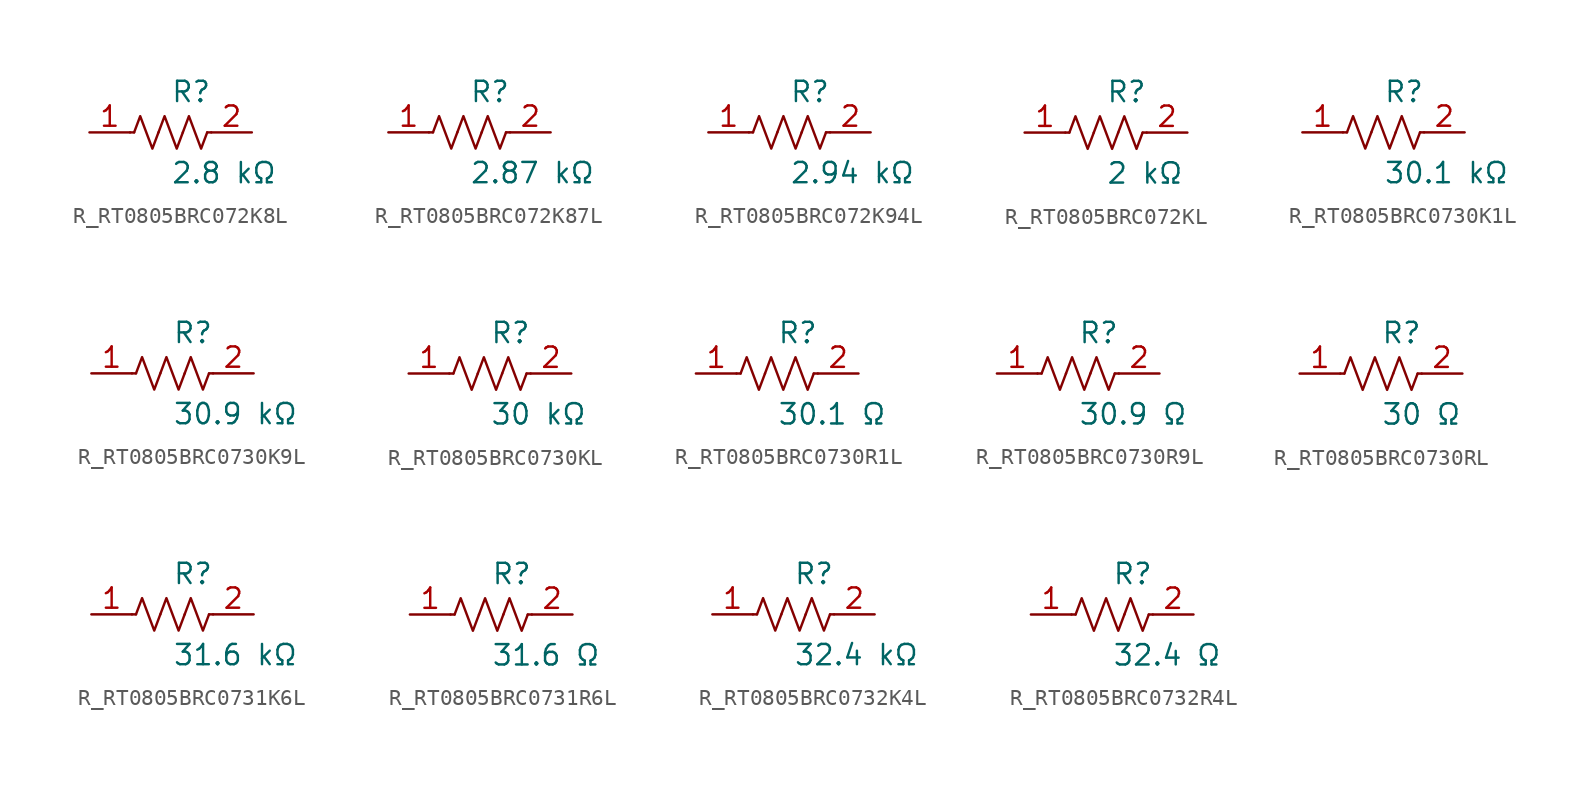
<source format=kicad_sym>
(kicad_symbol_lib
  (version 20231120)
  (generator kicad_symbol_editor)
  (generator_version 8.0)
  (symbol "R_RT0805BRC072K8L"
    (pin_names
      (offset 0.254))
    (property "Reference" "R"
      (at 0 2.54 0)
      (effects (font (size 1.27 1.27)) (justify left)))
    (property "Value" "2.8 kΩ"
      (at 0 -2.54 0)
      (effects (font (size 1.27 1.27)) (justify left)))
    (symbol "R_RT0805BRC072K8L_0_1"
      (polyline (pts (xy 2.286 0) (xy 2.54 0)) (stroke (width 0) (type default)) (fill (type none)))
      (polyline (pts (xy -2.286 0) (xy -2.54 0)) (stroke (width 0) (type default)) (fill (type none)))
      (polyline (pts (xy 0.762 0) (xy 1.143 1.016) (xy 1.524 0) (xy 1.905 -1.016) (xy 2.286 0)) (stroke (width 0) (type default)) (fill (type none)))
      (polyline (pts (xy -0.762 0) (xy -0.381 1.016) (xy 0 0) (xy 0.381 -1.016) (xy 0.762 0)) (stroke (width 0) (type default)) (fill (type none)))
      (polyline (pts (xy -2.286 0) (xy -1.905 1.016) (xy -1.524 0) (xy -1.143 -1.016) (xy -0.762 0)) (stroke (width 0) (type default)) (fill (type none))))
    (pin unspecified line
      (at -5.08 0 0)
      (length 2.54)
      (name "" (effects (font (size 1.27 1.27))))
      (number "1" (effects (font (size 1.27 1.27)))))
    (pin unspecified line
      (at 5.08 0 180)
      (length 2.54)
      (name "" (effects (font (size 1.27 1.27))))
      (number "2" (effects (font (size 1.27 1.27))))))
  (symbol "R_RT0805BRC072K87L"
    (pin_names
      (offset 0.254))
    (property "Reference" "R"
      (at 0 2.54 0)
      (effects (font (size 1.27 1.27)) (justify left)))
    (property "Value" "2.87 kΩ"
      (at 0 -2.54 0)
      (effects (font (size 1.27 1.27)) (justify left)))
    (symbol "R_RT0805BRC072K87L_0_1"
      (polyline (pts (xy 2.286 0) (xy 2.54 0)) (stroke (width 0) (type default)) (fill (type none)))
      (polyline (pts (xy -2.286 0) (xy -2.54 0)) (stroke (width 0) (type default)) (fill (type none)))
      (polyline (pts (xy 0.762 0) (xy 1.143 1.016) (xy 1.524 0) (xy 1.905 -1.016) (xy 2.286 0)) (stroke (width 0) (type default)) (fill (type none)))
      (polyline (pts (xy -0.762 0) (xy -0.381 1.016) (xy 0 0) (xy 0.381 -1.016) (xy 0.762 0)) (stroke (width 0) (type default)) (fill (type none)))
      (polyline (pts (xy -2.286 0) (xy -1.905 1.016) (xy -1.524 0) (xy -1.143 -1.016) (xy -0.762 0)) (stroke (width 0) (type default)) (fill (type none))))
    (pin unspecified line
      (at -5.08 0 0)
      (length 2.54)
      (name "" (effects (font (size 1.27 1.27))))
      (number "1" (effects (font (size 1.27 1.27)))))
    (pin unspecified line
      (at 5.08 0 180)
      (length 2.54)
      (name "" (effects (font (size 1.27 1.27))))
      (number "2" (effects (font (size 1.27 1.27))))))
  (symbol "R_RT0805BRC072K94L"
    (pin_names
      (offset 0.254))
    (property "Reference" "R"
      (at 0 2.54 0)
      (effects (font (size 1.27 1.27)) (justify left)))
    (property "Value" "2.94 kΩ"
      (at 0 -2.54 0)
      (effects (font (size 1.27 1.27)) (justify left)))
    (symbol "R_RT0805BRC072K94L_0_1"
      (polyline (pts (xy 2.286 0) (xy 2.54 0)) (stroke (width 0) (type default)) (fill (type none)))
      (polyline (pts (xy -2.286 0) (xy -2.54 0)) (stroke (width 0) (type default)) (fill (type none)))
      (polyline (pts (xy 0.762 0) (xy 1.143 1.016) (xy 1.524 0) (xy 1.905 -1.016) (xy 2.286 0)) (stroke (width 0) (type default)) (fill (type none)))
      (polyline (pts (xy -0.762 0) (xy -0.381 1.016) (xy 0 0) (xy 0.381 -1.016) (xy 0.762 0)) (stroke (width 0) (type default)) (fill (type none)))
      (polyline (pts (xy -2.286 0) (xy -1.905 1.016) (xy -1.524 0) (xy -1.143 -1.016) (xy -0.762 0)) (stroke (width 0) (type default)) (fill (type none))))
    (pin unspecified line
      (at -5.08 0 0)
      (length 2.54)
      (name "" (effects (font (size 1.27 1.27))))
      (number "1" (effects (font (size 1.27 1.27)))))
    (pin unspecified line
      (at 5.08 0 180)
      (length 2.54)
      (name "" (effects (font (size 1.27 1.27))))
      (number "2" (effects (font (size 1.27 1.27))))))
  (symbol "R_RT0805BRC072KL"
    (pin_names
      (offset 0.254))
    (property "Reference" "R"
      (at 0 2.54 0)
      (effects (font (size 1.27 1.27)) (justify left)))
    (property "Value" "2 kΩ"
      (at 0 -2.54 0)
      (effects (font (size 1.27 1.27)) (justify left)))
    (symbol "R_RT0805BRC072KL_0_1"
      (polyline (pts (xy 2.286 0) (xy 2.54 0)) (stroke (width 0) (type default)) (fill (type none)))
      (polyline (pts (xy -2.286 0) (xy -2.54 0)) (stroke (width 0) (type default)) (fill (type none)))
      (polyline (pts (xy 0.762 0) (xy 1.143 1.016) (xy 1.524 0) (xy 1.905 -1.016) (xy 2.286 0)) (stroke (width 0) (type default)) (fill (type none)))
      (polyline (pts (xy -0.762 0) (xy -0.381 1.016) (xy 0 0) (xy 0.381 -1.016) (xy 0.762 0)) (stroke (width 0) (type default)) (fill (type none)))
      (polyline (pts (xy -2.286 0) (xy -1.905 1.016) (xy -1.524 0) (xy -1.143 -1.016) (xy -0.762 0)) (stroke (width 0) (type default)) (fill (type none))))
    (pin unspecified line
      (at -5.08 0 0)
      (length 2.54)
      (name "" (effects (font (size 1.27 1.27))))
      (number "1" (effects (font (size 1.27 1.27)))))
    (pin unspecified line
      (at 5.08 0 180)
      (length 2.54)
      (name "" (effects (font (size 1.27 1.27))))
      (number "2" (effects (font (size 1.27 1.27))))))
  (symbol "R_RT0805BRC0730K1L"
    (pin_names
      (offset 0.254))
    (property "Reference" "R"
      (at 0 2.54 0)
      (effects (font (size 1.27 1.27)) (justify left)))
    (property "Value" "30.1 kΩ"
      (at 0 -2.54 0)
      (effects (font (size 1.27 1.27)) (justify left)))
    (symbol "R_RT0805BRC0730K1L_0_1"
      (polyline (pts (xy 2.286 0) (xy 2.54 0)) (stroke (width 0) (type default)) (fill (type none)))
      (polyline (pts (xy -2.286 0) (xy -2.54 0)) (stroke (width 0) (type default)) (fill (type none)))
      (polyline (pts (xy 0.762 0) (xy 1.143 1.016) (xy 1.524 0) (xy 1.905 -1.016) (xy 2.286 0)) (stroke (width 0) (type default)) (fill (type none)))
      (polyline (pts (xy -0.762 0) (xy -0.381 1.016) (xy 0 0) (xy 0.381 -1.016) (xy 0.762 0)) (stroke (width 0) (type default)) (fill (type none)))
      (polyline (pts (xy -2.286 0) (xy -1.905 1.016) (xy -1.524 0) (xy -1.143 -1.016) (xy -0.762 0)) (stroke (width 0) (type default)) (fill (type none))))
    (pin unspecified line
      (at -5.08 0 0)
      (length 2.54)
      (name "" (effects (font (size 1.27 1.27))))
      (number "1" (effects (font (size 1.27 1.27)))))
    (pin unspecified line
      (at 5.08 0 180)
      (length 2.54)
      (name "" (effects (font (size 1.27 1.27))))
      (number "2" (effects (font (size 1.27 1.27))))))
  (symbol "R_RT0805BRC0730K9L"
    (pin_names
      (offset 0.254))
    (property "Reference" "R"
      (at 0 2.54 0)
      (effects (font (size 1.27 1.27)) (justify left)))
    (property "Value" "30.9 kΩ"
      (at 0 -2.54 0)
      (effects (font (size 1.27 1.27)) (justify left)))
    (symbol "R_RT0805BRC0730K9L_0_1"
      (polyline (pts (xy 2.286 0) (xy 2.54 0)) (stroke (width 0) (type default)) (fill (type none)))
      (polyline (pts (xy -2.286 0) (xy -2.54 0)) (stroke (width 0) (type default)) (fill (type none)))
      (polyline (pts (xy 0.762 0) (xy 1.143 1.016) (xy 1.524 0) (xy 1.905 -1.016) (xy 2.286 0)) (stroke (width 0) (type default)) (fill (type none)))
      (polyline (pts (xy -0.762 0) (xy -0.381 1.016) (xy 0 0) (xy 0.381 -1.016) (xy 0.762 0)) (stroke (width 0) (type default)) (fill (type none)))
      (polyline (pts (xy -2.286 0) (xy -1.905 1.016) (xy -1.524 0) (xy -1.143 -1.016) (xy -0.762 0)) (stroke (width 0) (type default)) (fill (type none))))
    (pin unspecified line
      (at -5.08 0 0)
      (length 2.54)
      (name "" (effects (font (size 1.27 1.27))))
      (number "1" (effects (font (size 1.27 1.27)))))
    (pin unspecified line
      (at 5.08 0 180)
      (length 2.54)
      (name "" (effects (font (size 1.27 1.27))))
      (number "2" (effects (font (size 1.27 1.27))))))
  (symbol "R_RT0805BRC0730KL"
    (pin_names
      (offset 0.254))
    (property "Reference" "R"
      (at 0 2.54 0)
      (effects (font (size 1.27 1.27)) (justify left)))
    (property "Value" "30 kΩ"
      (at 0 -2.54 0)
      (effects (font (size 1.27 1.27)) (justify left)))
    (symbol "R_RT0805BRC0730KL_0_1"
      (polyline (pts (xy 2.286 0) (xy 2.54 0)) (stroke (width 0) (type default)) (fill (type none)))
      (polyline (pts (xy -2.286 0) (xy -2.54 0)) (stroke (width 0) (type default)) (fill (type none)))
      (polyline (pts (xy 0.762 0) (xy 1.143 1.016) (xy 1.524 0) (xy 1.905 -1.016) (xy 2.286 0)) (stroke (width 0) (type default)) (fill (type none)))
      (polyline (pts (xy -0.762 0) (xy -0.381 1.016) (xy 0 0) (xy 0.381 -1.016) (xy 0.762 0)) (stroke (width 0) (type default)) (fill (type none)))
      (polyline (pts (xy -2.286 0) (xy -1.905 1.016) (xy -1.524 0) (xy -1.143 -1.016) (xy -0.762 0)) (stroke (width 0) (type default)) (fill (type none))))
    (pin unspecified line
      (at -5.08 0 0)
      (length 2.54)
      (name "" (effects (font (size 1.27 1.27))))
      (number "1" (effects (font (size 1.27 1.27)))))
    (pin unspecified line
      (at 5.08 0 180)
      (length 2.54)
      (name "" (effects (font (size 1.27 1.27))))
      (number "2" (effects (font (size 1.27 1.27))))))
  (symbol "R_RT0805BRC0730R1L"
    (pin_names
      (offset 0.254))
    (property "Reference" "R"
      (at 0 2.54 0)
      (effects (font (size 1.27 1.27)) (justify left)))
    (property "Value" "30.1 Ω"
      (at 0 -2.54 0)
      (effects (font (size 1.27 1.27)) (justify left)))
    (symbol "R_RT0805BRC0730R1L_0_1"
      (polyline (pts (xy 2.286 0) (xy 2.54 0)) (stroke (width 0) (type default)) (fill (type none)))
      (polyline (pts (xy -2.286 0) (xy -2.54 0)) (stroke (width 0) (type default)) (fill (type none)))
      (polyline (pts (xy 0.762 0) (xy 1.143 1.016) (xy 1.524 0) (xy 1.905 -1.016) (xy 2.286 0)) (stroke (width 0) (type default)) (fill (type none)))
      (polyline (pts (xy -0.762 0) (xy -0.381 1.016) (xy 0 0) (xy 0.381 -1.016) (xy 0.762 0)) (stroke (width 0) (type default)) (fill (type none)))
      (polyline (pts (xy -2.286 0) (xy -1.905 1.016) (xy -1.524 0) (xy -1.143 -1.016) (xy -0.762 0)) (stroke (width 0) (type default)) (fill (type none))))
    (pin unspecified line
      (at -5.08 0 0)
      (length 2.54)
      (name "" (effects (font (size 1.27 1.27))))
      (number "1" (effects (font (size 1.27 1.27)))))
    (pin unspecified line
      (at 5.08 0 180)
      (length 2.54)
      (name "" (effects (font (size 1.27 1.27))))
      (number "2" (effects (font (size 1.27 1.27))))))
  (symbol "R_RT0805BRC0730R9L"
    (pin_names
      (offset 0.254))
    (property "Reference" "R"
      (at 0 2.54 0)
      (effects (font (size 1.27 1.27)) (justify left)))
    (property "Value" "30.9 Ω"
      (at 0 -2.54 0)
      (effects (font (size 1.27 1.27)) (justify left)))
    (symbol "R_RT0805BRC0730R9L_0_1"
      (polyline (pts (xy 2.286 0) (xy 2.54 0)) (stroke (width 0) (type default)) (fill (type none)))
      (polyline (pts (xy -2.286 0) (xy -2.54 0)) (stroke (width 0) (type default)) (fill (type none)))
      (polyline (pts (xy 0.762 0) (xy 1.143 1.016) (xy 1.524 0) (xy 1.905 -1.016) (xy 2.286 0)) (stroke (width 0) (type default)) (fill (type none)))
      (polyline (pts (xy -0.762 0) (xy -0.381 1.016) (xy 0 0) (xy 0.381 -1.016) (xy 0.762 0)) (stroke (width 0) (type default)) (fill (type none)))
      (polyline (pts (xy -2.286 0) (xy -1.905 1.016) (xy -1.524 0) (xy -1.143 -1.016) (xy -0.762 0)) (stroke (width 0) (type default)) (fill (type none))))
    (pin unspecified line
      (at -5.08 0 0)
      (length 2.54)
      (name "" (effects (font (size 1.27 1.27))))
      (number "1" (effects (font (size 1.27 1.27)))))
    (pin unspecified line
      (at 5.08 0 180)
      (length 2.54)
      (name "" (effects (font (size 1.27 1.27))))
      (number "2" (effects (font (size 1.27 1.27))))))
  (symbol "R_RT0805BRC0730RL"
    (pin_names
      (offset 0.254))
    (property "Reference" "R"
      (at 0 2.54 0)
      (effects (font (size 1.27 1.27)) (justify left)))
    (property "Value" "30 Ω"
      (at 0 -2.54 0)
      (effects (font (size 1.27 1.27)) (justify left)))
    (symbol "R_RT0805BRC0730RL_0_1"
      (polyline (pts (xy 2.286 0) (xy 2.54 0)) (stroke (width 0) (type default)) (fill (type none)))
      (polyline (pts (xy -2.286 0) (xy -2.54 0)) (stroke (width 0) (type default)) (fill (type none)))
      (polyline (pts (xy 0.762 0) (xy 1.143 1.016) (xy 1.524 0) (xy 1.905 -1.016) (xy 2.286 0)) (stroke (width 0) (type default)) (fill (type none)))
      (polyline (pts (xy -0.762 0) (xy -0.381 1.016) (xy 0 0) (xy 0.381 -1.016) (xy 0.762 0)) (stroke (width 0) (type default)) (fill (type none)))
      (polyline (pts (xy -2.286 0) (xy -1.905 1.016) (xy -1.524 0) (xy -1.143 -1.016) (xy -0.762 0)) (stroke (width 0) (type default)) (fill (type none))))
    (pin unspecified line
      (at -5.08 0 0)
      (length 2.54)
      (name "" (effects (font (size 1.27 1.27))))
      (number "1" (effects (font (size 1.27 1.27)))))
    (pin unspecified line
      (at 5.08 0 180)
      (length 2.54)
      (name "" (effects (font (size 1.27 1.27))))
      (number "2" (effects (font (size 1.27 1.27))))))
  (symbol "R_RT0805BRC0731K6L"
    (pin_names
      (offset 0.254))
    (property "Reference" "R"
      (at 0 2.54 0)
      (effects (font (size 1.27 1.27)) (justify left)))
    (property "Value" "31.6 kΩ"
      (at 0 -2.54 0)
      (effects (font (size 1.27 1.27)) (justify left)))
    (symbol "R_RT0805BRC0731K6L_0_1"
      (polyline (pts (xy 2.286 0) (xy 2.54 0)) (stroke (width 0) (type default)) (fill (type none)))
      (polyline (pts (xy -2.286 0) (xy -2.54 0)) (stroke (width 0) (type default)) (fill (type none)))
      (polyline (pts (xy 0.762 0) (xy 1.143 1.016) (xy 1.524 0) (xy 1.905 -1.016) (xy 2.286 0)) (stroke (width 0) (type default)) (fill (type none)))
      (polyline (pts (xy -0.762 0) (xy -0.381 1.016) (xy 0 0) (xy 0.381 -1.016) (xy 0.762 0)) (stroke (width 0) (type default)) (fill (type none)))
      (polyline (pts (xy -2.286 0) (xy -1.905 1.016) (xy -1.524 0) (xy -1.143 -1.016) (xy -0.762 0)) (stroke (width 0) (type default)) (fill (type none))))
    (pin unspecified line
      (at -5.08 0 0)
      (length 2.54)
      (name "" (effects (font (size 1.27 1.27))))
      (number "1" (effects (font (size 1.27 1.27)))))
    (pin unspecified line
      (at 5.08 0 180)
      (length 2.54)
      (name "" (effects (font (size 1.27 1.27))))
      (number "2" (effects (font (size 1.27 1.27))))))
  (symbol "R_RT0805BRC0731R6L"
    (pin_names
      (offset 0.254))
    (property "Reference" "R"
      (at 0 2.54 0)
      (effects (font (size 1.27 1.27)) (justify left)))
    (property "Value" "31.6 Ω"
      (at 0 -2.54 0)
      (effects (font (size 1.27 1.27)) (justify left)))
    (symbol "R_RT0805BRC0731R6L_0_1"
      (polyline (pts (xy 2.286 0) (xy 2.54 0)) (stroke (width 0) (type default)) (fill (type none)))
      (polyline (pts (xy -2.286 0) (xy -2.54 0)) (stroke (width 0) (type default)) (fill (type none)))
      (polyline (pts (xy 0.762 0) (xy 1.143 1.016) (xy 1.524 0) (xy 1.905 -1.016) (xy 2.286 0)) (stroke (width 0) (type default)) (fill (type none)))
      (polyline (pts (xy -0.762 0) (xy -0.381 1.016) (xy 0 0) (xy 0.381 -1.016) (xy 0.762 0)) (stroke (width 0) (type default)) (fill (type none)))
      (polyline (pts (xy -2.286 0) (xy -1.905 1.016) (xy -1.524 0) (xy -1.143 -1.016) (xy -0.762 0)) (stroke (width 0) (type default)) (fill (type none))))
    (pin unspecified line
      (at -5.08 0 0)
      (length 2.54)
      (name "" (effects (font (size 1.27 1.27))))
      (number "1" (effects (font (size 1.27 1.27)))))
    (pin unspecified line
      (at 5.08 0 180)
      (length 2.54)
      (name "" (effects (font (size 1.27 1.27))))
      (number "2" (effects (font (size 1.27 1.27))))))
  (symbol "R_RT0805BRC0732K4L"
    (pin_names
      (offset 0.254))
    (property "Reference" "R"
      (at 0 2.54 0)
      (effects (font (size 1.27 1.27)) (justify left)))
    (property "Value" "32.4 kΩ"
      (at 0 -2.54 0)
      (effects (font (size 1.27 1.27)) (justify left)))
    (symbol "R_RT0805BRC0732K4L_0_1"
      (polyline (pts (xy 2.286 0) (xy 2.54 0)) (stroke (width 0) (type default)) (fill (type none)))
      (polyline (pts (xy -2.286 0) (xy -2.54 0)) (stroke (width 0) (type default)) (fill (type none)))
      (polyline (pts (xy 0.762 0) (xy 1.143 1.016) (xy 1.524 0) (xy 1.905 -1.016) (xy 2.286 0)) (stroke (width 0) (type default)) (fill (type none)))
      (polyline (pts (xy -0.762 0) (xy -0.381 1.016) (xy 0 0) (xy 0.381 -1.016) (xy 0.762 0)) (stroke (width 0) (type default)) (fill (type none)))
      (polyline (pts (xy -2.286 0) (xy -1.905 1.016) (xy -1.524 0) (xy -1.143 -1.016) (xy -0.762 0)) (stroke (width 0) (type default)) (fill (type none))))
    (pin unspecified line
      (at -5.08 0 0)
      (length 2.54)
      (name "" (effects (font (size 1.27 1.27))))
      (number "1" (effects (font (size 1.27 1.27)))))
    (pin unspecified line
      (at 5.08 0 180)
      (length 2.54)
      (name "" (effects (font (size 1.27 1.27))))
      (number "2" (effects (font (size 1.27 1.27))))))
  (symbol "R_RT0805BRC0732R4L"
    (pin_names
      (offset 0.254))
    (property "Reference" "R"
      (at 0 2.54 0)
      (effects (font (size 1.27 1.27)) (justify left)))
    (property "Value" "32.4 Ω"
      (at 0 -2.54 0)
      (effects (font (size 1.27 1.27)) (justify left)))
    (symbol "R_RT0805BRC0732R4L_0_1"
      (polyline (pts (xy 2.286 0) (xy 2.54 0)) (stroke (width 0) (type default)) (fill (type none)))
      (polyline (pts (xy -2.286 0) (xy -2.54 0)) (stroke (width 0) (type default)) (fill (type none)))
      (polyline (pts (xy 0.762 0) (xy 1.143 1.016) (xy 1.524 0) (xy 1.905 -1.016) (xy 2.286 0)) (stroke (width 0) (type default)) (fill (type none)))
      (polyline (pts (xy -0.762 0) (xy -0.381 1.016) (xy 0 0) (xy 0.381 -1.016) (xy 0.762 0)) (stroke (width 0) (type default)) (fill (type none)))
      (polyline (pts (xy -2.286 0) (xy -1.905 1.016) (xy -1.524 0) (xy -1.143 -1.016) (xy -0.762 0)) (stroke (width 0) (type default)) (fill (type none))))
    (pin unspecified line
      (at -5.08 0 0)
      (length 2.54)
      (name "" (effects (font (size 1.27 1.27))))
      (number "1" (effects (font (size 1.27 1.27)))))
    (pin unspecified line
      (at 5.08 0 180)
      (length 2.54)
      (name "" (effects (font (size 1.27 1.27))))
      (number "2" (effects (font (size 1.27 1.27)))))))
</source>
